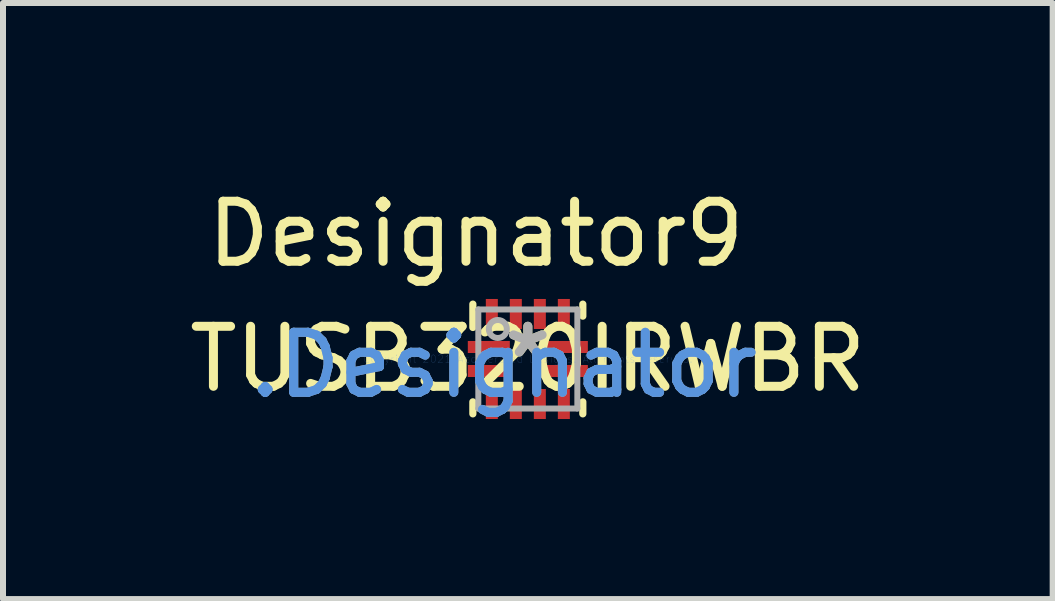
<source format=kicad_pcb>
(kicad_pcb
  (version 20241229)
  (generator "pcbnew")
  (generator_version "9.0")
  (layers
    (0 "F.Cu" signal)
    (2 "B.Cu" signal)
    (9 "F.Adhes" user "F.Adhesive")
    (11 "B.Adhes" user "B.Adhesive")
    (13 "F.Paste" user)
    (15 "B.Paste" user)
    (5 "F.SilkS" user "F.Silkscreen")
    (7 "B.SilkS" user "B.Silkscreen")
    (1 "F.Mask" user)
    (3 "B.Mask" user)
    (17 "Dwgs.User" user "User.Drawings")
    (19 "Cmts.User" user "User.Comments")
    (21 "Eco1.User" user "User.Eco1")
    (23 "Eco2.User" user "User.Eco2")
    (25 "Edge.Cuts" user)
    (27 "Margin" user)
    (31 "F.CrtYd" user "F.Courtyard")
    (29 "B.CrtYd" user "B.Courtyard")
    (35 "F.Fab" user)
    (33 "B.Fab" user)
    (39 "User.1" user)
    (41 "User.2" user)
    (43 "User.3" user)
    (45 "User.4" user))
  (footprint "TUSB320IRWBR"
    (layer "F.Cu")
    (at 5.744 2.931)
    (property "Reference" "TUSB320IRWBR" (at 0 0 0) (layer "F.SilkS") (effects (font (size 1 1) (thickness 0.15))))
    (attr through_hole)
    (fp_line (start -0.916 -0.525) (end -0.916 -0.914) (stroke (width 0.12) (type solid)) (layer "F.SilkS"))
    (fp_line (start -0.916 0.914) (end -0.916 0.714) (stroke (width 0.12) (type solid)) (layer "F.SilkS"))
    (fp_line (start 0.916 -0.714) (end 0.916 -0.914) (stroke (width 0.12) (type solid)) (layer "F.SilkS"))
    (fp_line (start 0.916 0.914) (end 0.916 0.714) (stroke (width 0.12) (type solid)) (layer "F.SilkS"))
    (fp_poly (pts (xy -0.985 -0.157) (xy -0.985 -0.243) (xy -0.984 -0.254) (xy -0.981 -0.265) (xy -0.975 -0.275) (xy -0.968 -0.283) (xy -0.96 -0.29) (xy -0.95 -0.296) (xy -0.939 -0.299) (xy -0.928 -0.3) (xy -0.372 -0.3) (xy -0.361 -0.299) (xy -0.35 -0.296) (xy -0.34 -0.29) (xy -0.332 -0.283) (xy -0.325 -0.275) (xy -0.319 -0.265) (xy -0.316 -0.254) (xy -0.315 -0.243) (xy -0.315 -0.157) (xy -0.316 -0.146) (xy -0.319 -0.135) (xy -0.325 -0.125) (xy -0.332 -0.117) (xy -0.34 -0.11) (xy -0.35 -0.104) (xy -0.361 -0.101) (xy -0.372 -0.1) (xy -0.928 -0.1) (xy -0.939 -0.101) (xy -0.95 -0.104) (xy -0.96 -0.11) (xy -0.968 -0.117) (xy -0.975 -0.125) (xy -0.981 -0.135) (xy -0.984 -0.146)) (stroke (width 0.1) (type solid)) (fill yes) (layer "F.Paste"))
    (fp_poly (pts (xy -0.985 0.243) (xy -0.985 0.157) (xy -0.984 0.146) (xy -0.981 0.135) (xy -0.975 0.125) (xy -0.968 0.117) (xy -0.96 0.11) (xy -0.95 0.104) (xy -0.939 0.101) (xy -0.928 0.1) (xy -0.372 0.1) (xy -0.361 0.101) (xy -0.35 0.104) (xy -0.34 0.11) (xy -0.332 0.117) (xy -0.325 0.125) (xy -0.319 0.135) (xy -0.316 0.146) (xy -0.315 0.157) (xy -0.315 0.243) (xy -0.316 0.254) (xy -0.319 0.265) (xy -0.325 0.275) (xy -0.332 0.283) (xy -0.34 0.29) (xy -0.35 0.296) (xy -0.361 0.299) (xy -0.372 0.3) (xy -0.928 0.3) (xy -0.939 0.299) (xy -0.95 0.296) (xy -0.96 0.29) (xy -0.968 0.283) (xy -0.975 0.275) (xy -0.981 0.265) (xy -0.984 0.254)) (stroke (width 0.1) (type solid)) (fill yes) (layer "F.Paste"))
    (fp_poly (pts (xy 0.985 -0.243) (xy 0.985 -0.157) (xy 0.984 -0.146) (xy 0.981 -0.135) (xy 0.975 -0.125) (xy 0.968 -0.117) (xy 0.96 -0.11) (xy 0.95 -0.104) (xy 0.939 -0.101) (xy 0.928 -0.1) (xy 0.372 -0.1) (xy 0.361 -0.101) (xy 0.35 -0.104) (xy 0.34 -0.11) (xy 0.332 -0.117) (xy 0.325 -0.125) (xy 0.319 -0.135) (xy 0.316 -0.146) (xy 0.315 -0.157) (xy 0.315 -0.243) (xy 0.316 -0.254) (xy 0.319 -0.265) (xy 0.325 -0.275) (xy 0.332 -0.283) (xy 0.34 -0.29) (xy 0.35 -0.296) (xy 0.361 -0.299) (xy 0.372 -0.3) (xy 0.928 -0.3) (xy 0.939 -0.299) (xy 0.95 -0.296) (xy 0.96 -0.29) (xy 0.968 -0.283) (xy 0.975 -0.275) (xy 0.981 -0.265) (xy 0.984 -0.254)) (stroke (width 0.1) (type solid)) (fill yes) (layer "F.Paste"))
    (fp_poly (pts (xy 0.985 0.157) (xy 0.985 0.243) (xy 0.984 0.254) (xy 0.981 0.265) (xy 0.975 0.275) (xy 0.968 0.283) (xy 0.96 0.29) (xy 0.95 0.296) (xy 0.939 0.299) (xy 0.928 0.3) (xy 0.372 0.3) (xy 0.361 0.299) (xy 0.35 0.296) (xy 0.34 0.29) (xy 0.332 0.283) (xy 0.325 0.275) (xy 0.319 0.265) (xy 0.316 0.254) (xy 0.315 0.243) (xy 0.315 0.157) (xy 0.316 0.146) (xy 0.319 0.135) (xy 0.325 0.125) (xy 0.332 0.117) (xy 0.34 0.11) (xy 0.35 0.104) (xy 0.361 0.101) (xy 0.372 0.1) (xy 0.928 0.1) (xy 0.939 0.101) (xy 0.95 0.104) (xy 0.96 0.11) (xy 0.968 0.117) (xy 0.975 0.125) (xy 0.981 0.135) (xy 0.984 0.146)) (stroke (width 0.1) (type solid)) (fill yes) (layer "F.Paste"))
    (fp_line (start -0.825 -0.825) (end 0.825 -0.825) (stroke (width 0.1) (type solid)) (layer "F.Fab"))
    (fp_line (start -0.825 0.825) (end -0.825 -0.825) (stroke (width 0.1) (type solid)) (layer "F.Fab"))
    (fp_line (start -0.825 0.825) (end 0.825 0.825) (stroke (width 0.1) (type solid)) (layer "F.Fab"))
    (fp_line (start 0.825 0.825) (end 0.825 -0.825) (stroke (width 0.1) (type solid)) (layer "F.Fab"))
    (fp_circle (center -0.5 -0.5) (end -0.35 -0.5) (stroke (width 0.1) (type solid)) (fill no) (layer "F.Fab"))
    (fp_text user "*" (at 0 0 0) (layer "F.SilkS") (effects (font (size 1 1) (thickness 0.15))))
    (fp_text user "Designator9" (at -0.864 -2.083 0) (layer "F.SilkS") (effects (font (size 1 1) (thickness 0.15))))
    (fp_text user "Copyright 2021 Accelerated Designs. All rights reserved." (at 0 0 0) (layer "Cmts.User") (effects (font (size 0.127 0.127) (thickness 0.002))))
    (fp_text user ".Designator" (at -0.4 0.1 0) (layer "Cmts.User") (effects (font (size 1 1) (thickness 0.15))))
    (fp_text user ".Designator" (at -0.4 0.1 0) (layer "F.Fab") (effects (font (size 1 1) (thickness 0.15))))
    (fp_text user "*" (at 0 0 0) (layer "F.Fab") (effects (font (size 1 1) (thickness 0.15))))
    (pad "1" smd rect (at -0.65 -0.2) (size 0.7 0.2) (layers "F.Cu" "F.Mask"))
    (pad "2" smd rect (at -0.65 0.2) (size 0.7 0.2) (layers "F.Cu" "F.Mask"))
    (pad "3" smd rect (at -0.6 0.75 90) (size 0.5 0.2) (layers "F.Cu" "F.Mask" "F.Paste"))
    (pad "4" smd rect (at -0.2 0.75 90) (size 0.5 0.2) (layers "F.Cu" "F.Mask" "F.Paste"))
    (pad "5" smd rect (at 0.2 0.75 90) (size 0.5 0.2) (layers "F.Cu" "F.Mask" "F.Paste"))
    (pad "6" smd rect (at 0.6 0.75 90) (size 0.5 0.2) (layers "F.Cu" "F.Mask" "F.Paste"))
    (pad "7" smd rect (at 0.65 0.2) (size 0.7 0.2) (layers "F.Cu" "F.Mask"))
    (pad "8" smd rect (at 0.65 -0.2) (size 0.7 0.2) (layers "F.Cu" "F.Mask"))
    (pad "9" smd rect (at 0.6 -0.75 90) (size 0.5 0.2) (layers "F.Cu" "F.Mask" "F.Paste"))
    (pad "10" smd rect (at 0.2 -0.75 90) (size 0.5 0.2) (layers "F.Cu" "F.Mask" "F.Paste"))
    (pad "11" smd rect (at -0.2 -0.75 90) (size 0.5 0.2) (layers "F.Cu" "F.Mask" "F.Paste"))
    (pad "12" smd rect (at -0.6 -0.75 90) (size 0.5 0.2) (layers "F.Cu" "F.Mask" "F.Paste")))
  (gr_rect
    (start -3 -3)
    (end 14.488 6.931)
    (stroke (width 0.1) (type default))
    (fill no)
    (layer "Edge.Cuts")))
</source>
